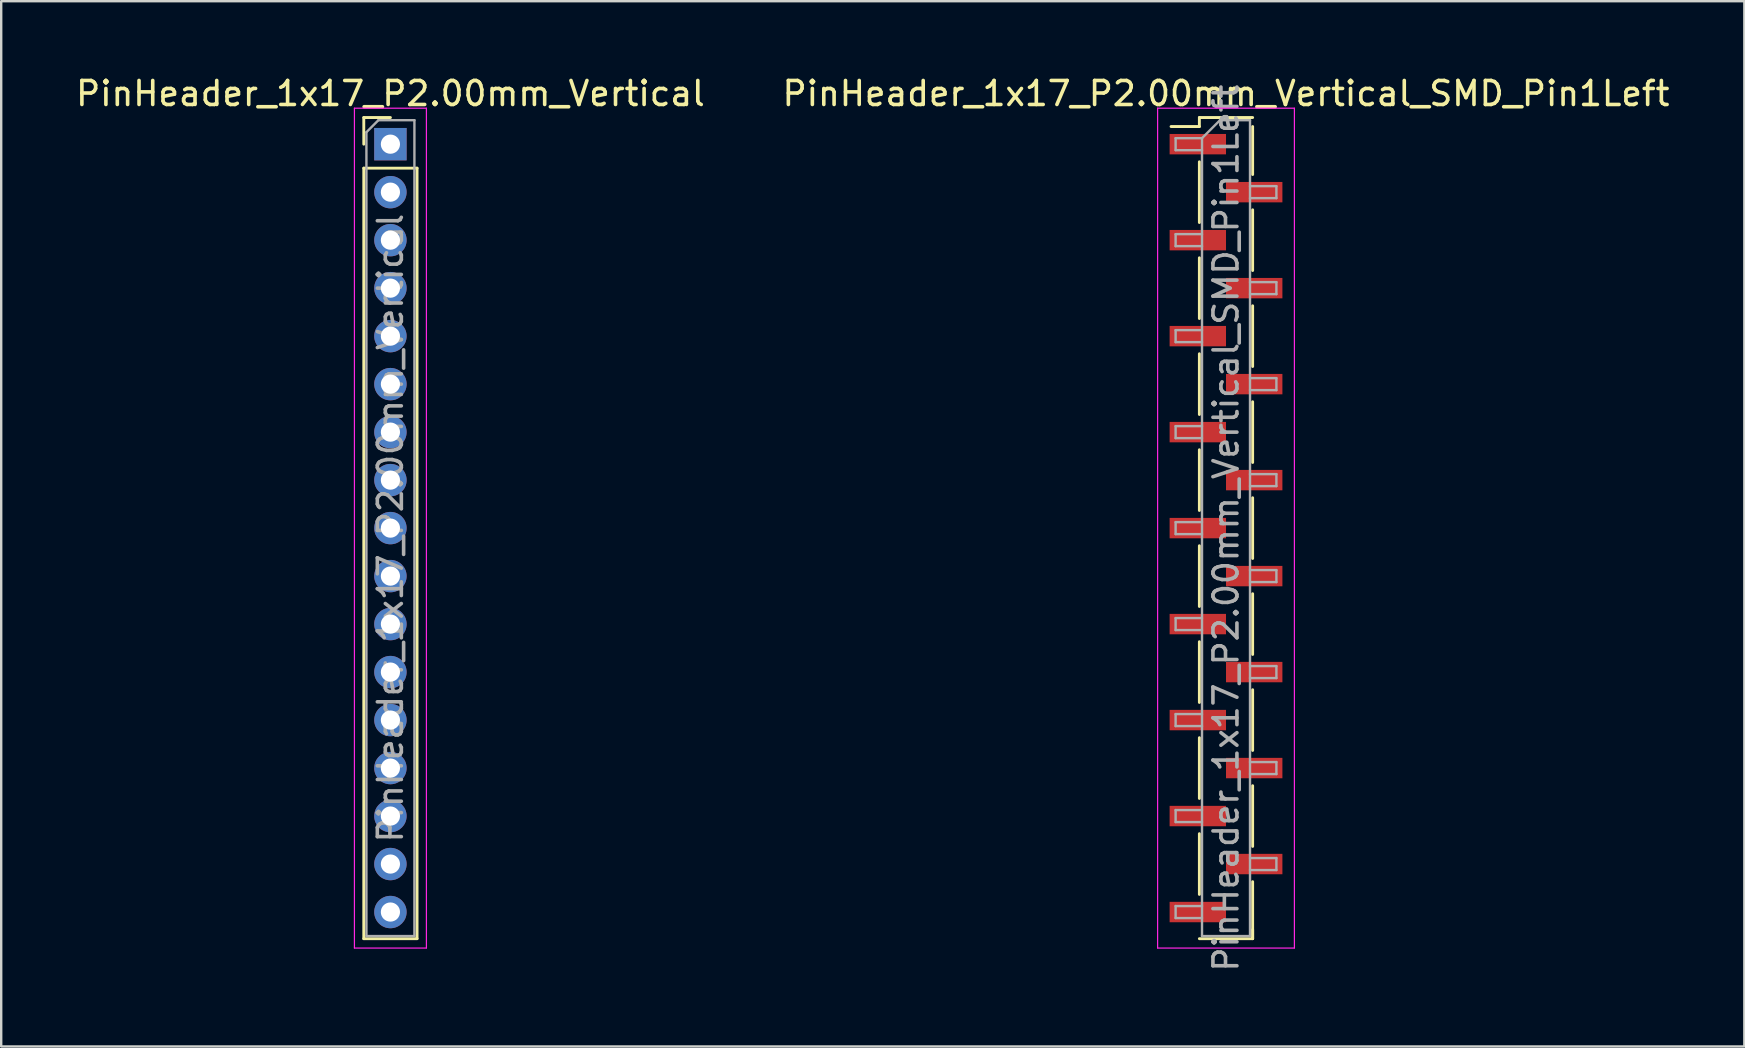
<source format=kicad_pcb>
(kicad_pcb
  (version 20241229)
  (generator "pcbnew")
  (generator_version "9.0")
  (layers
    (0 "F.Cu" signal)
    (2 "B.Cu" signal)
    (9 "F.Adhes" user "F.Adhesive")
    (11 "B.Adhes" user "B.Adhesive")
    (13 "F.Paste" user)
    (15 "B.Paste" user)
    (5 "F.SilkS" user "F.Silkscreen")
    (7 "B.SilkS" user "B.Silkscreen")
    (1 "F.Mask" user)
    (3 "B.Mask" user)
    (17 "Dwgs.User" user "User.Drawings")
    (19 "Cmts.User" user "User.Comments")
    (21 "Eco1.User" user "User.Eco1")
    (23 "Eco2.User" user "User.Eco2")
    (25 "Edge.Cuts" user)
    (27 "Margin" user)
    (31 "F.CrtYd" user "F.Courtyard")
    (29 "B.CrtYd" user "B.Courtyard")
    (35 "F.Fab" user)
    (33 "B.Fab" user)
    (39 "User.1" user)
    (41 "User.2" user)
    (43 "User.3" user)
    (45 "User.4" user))
  (footprint "PinHeader_1x17_P2.00mm_Vertical"
    (layer "F.Cu")
    (at 13.22 2.958)
    (property "Reference" "PinHeader_1x17_P2.00mm_Vertical" (at 0 -2.11 0) (layer "F.SilkS") (effects (font (size 1 1) (thickness 0.15))))
    (attr through_hole)
    (fp_line (start -1.11 -1.11) (end 0 -1.11) (stroke (width 0.12) (type solid)) (layer "F.SilkS"))
    (fp_line (start -1.11 0) (end -1.11 -1.11) (stroke (width 0.12) (type solid)) (layer "F.SilkS"))
    (fp_line (start -1.11 1) (end -1.11 33.11) (stroke (width 0.12) (type solid)) (layer "F.SilkS"))
    (fp_line (start -1.11 1) (end 1.11 1) (stroke (width 0.12) (type solid)) (layer "F.SilkS"))
    (fp_line (start -1.11 33.11) (end 1.11 33.11) (stroke (width 0.12) (type solid)) (layer "F.SilkS"))
    (fp_line (start 1.11 1) (end 1.11 33.11) (stroke (width 0.12) (type solid)) (layer "F.SilkS"))
    (fp_line (start -1.5 -1.5) (end -1.5 33.5) (stroke (width 0.05) (type solid)) (layer "F.CrtYd"))
    (fp_line (start -1.5 33.5) (end 1.5 33.5) (stroke (width 0.05) (type solid)) (layer "F.CrtYd"))
    (fp_line (start 1.5 -1.5) (end -1.5 -1.5) (stroke (width 0.05) (type solid)) (layer "F.CrtYd"))
    (fp_line (start 1.5 33.5) (end 1.5 -1.5) (stroke (width 0.05) (type solid)) (layer "F.CrtYd"))
    (fp_line (start -1 -0.5) (end -0.5 -1) (stroke (width 0.1) (type solid)) (layer "F.Fab"))
    (fp_line (start -1 33) (end -1 -0.5) (stroke (width 0.1) (type solid)) (layer "F.Fab"))
    (fp_line (start -0.5 -1) (end 1 -1) (stroke (width 0.1) (type solid)) (layer "F.Fab"))
    (fp_line (start 1 -1) (end 1 33) (stroke (width 0.1) (type solid)) (layer "F.Fab"))
    (fp_line (start 1 33) (end -1 33) (stroke (width 0.1) (type solid)) (layer "F.Fab"))
    (fp_text user "${REFERENCE}" (at 0 16 90) (layer "F.Fab") (effects (font (size 1 1) (thickness 0.15))))
    (pad "1" thru_hole rect (at 0 0) (size 1.35 1.35) (drill 0.8) (layers "*.Cu" "*.Mask"))
    (pad "2" thru_hole circle (at 0 2) (size 1.35 1.35) (drill 0.8) (layers "*.Cu" "*.Mask"))
    (pad "3" thru_hole circle (at 0 4) (size 1.35 1.35) (drill 0.8) (layers "*.Cu" "*.Mask"))
    (pad "4" thru_hole circle (at 0 6) (size 1.35 1.35) (drill 0.8) (layers "*.Cu" "*.Mask"))
    (pad "5" thru_hole circle (at 0 8) (size 1.35 1.35) (drill 0.8) (layers "*.Cu" "*.Mask"))
    (pad "6" thru_hole circle (at 0 10) (size 1.35 1.35) (drill 0.8) (layers "*.Cu" "*.Mask"))
    (pad "7" thru_hole circle (at 0 12) (size 1.35 1.35) (drill 0.8) (layers "*.Cu" "*.Mask"))
    (pad "8" thru_hole circle (at 0 14) (size 1.35 1.35) (drill 0.8) (layers "*.Cu" "*.Mask"))
    (pad "9" thru_hole circle (at 0 16) (size 1.35 1.35) (drill 0.8) (layers "*.Cu" "*.Mask"))
    (pad "10" thru_hole circle (at 0 18) (size 1.35 1.35) (drill 0.8) (layers "*.Cu" "*.Mask"))
    (pad "11" thru_hole circle (at 0 20) (size 1.35 1.35) (drill 0.8) (layers "*.Cu" "*.Mask"))
    (pad "12" thru_hole circle (at 0 22) (size 1.35 1.35) (drill 0.8) (layers "*.Cu" "*.Mask"))
    (pad "13" thru_hole circle (at 0 24) (size 1.35 1.35) (drill 0.8) (layers "*.Cu" "*.Mask"))
    (pad "14" thru_hole circle (at 0 26) (size 1.35 1.35) (drill 0.8) (layers "*.Cu" "*.Mask"))
    (pad "15" thru_hole circle (at 0 28) (size 1.35 1.35) (drill 0.8) (layers "*.Cu" "*.Mask"))
    (pad "16" thru_hole circle (at 0 30) (size 1.35 1.35) (drill 0.8) (layers "*.Cu" "*.Mask"))
    (pad "17" thru_hole circle (at 0 32) (size 1.35 1.35) (drill 0.8) (layers "*.Cu" "*.Mask")))
  (footprint "PinHeader_1x17_P2.00mm_Vertical_SMD_Pin1Left"
    (layer "F.Cu")
    (at 48.042 18.958)
    (property "Reference" "PinHeader_1x17_P2.00mm_Vertical_SMD_Pin1Left" (at 0 -18.11 0) (layer "F.SilkS") (effects (font (size 1 1) (thickness 0.15))))
    (attr smd)
    (fp_line (start -1.11 -17.11) (end -1.11 -16.735) (stroke (width 0.12) (type solid)) (layer "F.SilkS"))
    (fp_line (start -1.11 -17.11) (end 1.11 -17.11) (stroke (width 0.12) (type solid)) (layer "F.SilkS"))
    (fp_line (start -1.11 -16.735) (end -2.29 -16.735) (stroke (width 0.12) (type solid)) (layer "F.SilkS"))
    (fp_line (start -1.11 -15.265) (end -1.11 -12.735) (stroke (width 0.12) (type solid)) (layer "F.SilkS"))
    (fp_line (start -1.11 -11.265) (end -1.11 -8.735) (stroke (width 0.12) (type solid)) (layer "F.SilkS"))
    (fp_line (start -1.11 -7.265) (end -1.11 -4.735) (stroke (width 0.12) (type solid)) (layer "F.SilkS"))
    (fp_line (start -1.11 -3.265) (end -1.11 -0.735) (stroke (width 0.12) (type solid)) (layer "F.SilkS"))
    (fp_line (start -1.11 0.735) (end -1.11 3.265) (stroke (width 0.12) (type solid)) (layer "F.SilkS"))
    (fp_line (start -1.11 4.735) (end -1.11 7.265) (stroke (width 0.12) (type solid)) (layer "F.SilkS"))
    (fp_line (start -1.11 8.735) (end -1.11 11.265) (stroke (width 0.12) (type solid)) (layer "F.SilkS"))
    (fp_line (start -1.11 12.735) (end -1.11 15.265) (stroke (width 0.12) (type solid)) (layer "F.SilkS"))
    (fp_line (start -1.11 17.11) (end 1.11 17.11) (stroke (width 0.12) (type solid)) (layer "F.SilkS"))
    (fp_line (start 1.11 -16.735) (end 1.11 -14.735) (stroke (width 0.12) (type solid)) (layer "F.SilkS"))
    (fp_line (start 1.11 -13.265) (end 1.11 -10.735) (stroke (width 0.12) (type solid)) (layer "F.SilkS"))
    (fp_line (start 1.11 -9.265) (end 1.11 -6.735) (stroke (width 0.12) (type solid)) (layer "F.SilkS"))
    (fp_line (start 1.11 -5.265) (end 1.11 -2.735) (stroke (width 0.12) (type solid)) (layer "F.SilkS"))
    (fp_line (start 1.11 -1.265) (end 1.11 1.265) (stroke (width 0.12) (type solid)) (layer "F.SilkS"))
    (fp_line (start 1.11 2.735) (end 1.11 5.265) (stroke (width 0.12) (type solid)) (layer "F.SilkS"))
    (fp_line (start 1.11 6.735) (end 1.11 9.265) (stroke (width 0.12) (type solid)) (layer "F.SilkS"))
    (fp_line (start 1.11 10.735) (end 1.11 13.265) (stroke (width 0.12) (type solid)) (layer "F.SilkS"))
    (fp_line (start 1.11 14.735) (end 1.11 17.11) (stroke (width 0.12) (type solid)) (layer "F.SilkS"))
    (fp_line (start 1.11 16.735) (end 1.11 17.11) (stroke (width 0.12) (type solid)) (layer "F.SilkS"))
    (fp_line (start -2.85 -17.5) (end -2.85 17.5) (stroke (width 0.05) (type solid)) (layer "F.CrtYd"))
    (fp_line (start -2.85 17.5) (end 2.85 17.5) (stroke (width 0.05) (type solid)) (layer "F.CrtYd"))
    (fp_line (start 2.85 -17.5) (end -2.85 -17.5) (stroke (width 0.05) (type solid)) (layer "F.CrtYd"))
    (fp_line (start 2.85 17.5) (end 2.85 -17.5) (stroke (width 0.05) (type solid)) (layer "F.CrtYd"))
    (fp_line (start -2.1 -16.25) (end -2.1 -15.75) (stroke (width 0.1) (type solid)) (layer "F.Fab"))
    (fp_line (start -2.1 -15.75) (end -1 -15.75) (stroke (width 0.1) (type solid)) (layer "F.Fab"))
    (fp_line (start -2.1 -12.25) (end -2.1 -11.75) (stroke (width 0.1) (type solid)) (layer "F.Fab"))
    (fp_line (start -2.1 -11.75) (end -1 -11.75) (stroke (width 0.1) (type solid)) (layer "F.Fab"))
    (fp_line (start -2.1 -8.25) (end -2.1 -7.75) (stroke (width 0.1) (type solid)) (layer "F.Fab"))
    (fp_line (start -2.1 -7.75) (end -1 -7.75) (stroke (width 0.1) (type solid)) (layer "F.Fab"))
    (fp_line (start -2.1 -4.25) (end -2.1 -3.75) (stroke (width 0.1) (type solid)) (layer "F.Fab"))
    (fp_line (start -2.1 -3.75) (end -1 -3.75) (stroke (width 0.1) (type solid)) (layer "F.Fab"))
    (fp_line (start -2.1 -0.25) (end -2.1 0.25) (stroke (width 0.1) (type solid)) (layer "F.Fab"))
    (fp_line (start -2.1 0.25) (end -1 0.25) (stroke (width 0.1) (type solid)) (layer "F.Fab"))
    (fp_line (start -2.1 3.75) (end -2.1 4.25) (stroke (width 0.1) (type solid)) (layer "F.Fab"))
    (fp_line (start -2.1 4.25) (end -1 4.25) (stroke (width 0.1) (type solid)) (layer "F.Fab"))
    (fp_line (start -2.1 7.75) (end -2.1 8.25) (stroke (width 0.1) (type solid)) (layer "F.Fab"))
    (fp_line (start -2.1 8.25) (end -1 8.25) (stroke (width 0.1) (type solid)) (layer "F.Fab"))
    (fp_line (start -2.1 11.75) (end -2.1 12.25) (stroke (width 0.1) (type solid)) (layer "F.Fab"))
    (fp_line (start -2.1 12.25) (end -1 12.25) (stroke (width 0.1) (type solid)) (layer "F.Fab"))
    (fp_line (start -2.1 15.75) (end -2.1 16.25) (stroke (width 0.1) (type solid)) (layer "F.Fab"))
    (fp_line (start -2.1 16.25) (end -1 16.25) (stroke (width 0.1) (type solid)) (layer "F.Fab"))
    (fp_line (start -1 -16.25) (end -2.1 -16.25) (stroke (width 0.1) (type solid)) (layer "F.Fab"))
    (fp_line (start -1 -16.25) (end -0.25 -17) (stroke (width 0.1) (type solid)) (layer "F.Fab"))
    (fp_line (start -1 -12.25) (end -2.1 -12.25) (stroke (width 0.1) (type solid)) (layer "F.Fab"))
    (fp_line (start -1 -8.25) (end -2.1 -8.25) (stroke (width 0.1) (type solid)) (layer "F.Fab"))
    (fp_line (start -1 -4.25) (end -2.1 -4.25) (stroke (width 0.1) (type solid)) (layer "F.Fab"))
    (fp_line (start -1 -0.25) (end -2.1 -0.25) (stroke (width 0.1) (type solid)) (layer "F.Fab"))
    (fp_line (start -1 3.75) (end -2.1 3.75) (stroke (width 0.1) (type solid)) (layer "F.Fab"))
    (fp_line (start -1 7.75) (end -2.1 7.75) (stroke (width 0.1) (type solid)) (layer "F.Fab"))
    (fp_line (start -1 11.75) (end -2.1 11.75) (stroke (width 0.1) (type solid)) (layer "F.Fab"))
    (fp_line (start -1 15.75) (end -2.1 15.75) (stroke (width 0.1) (type solid)) (layer "F.Fab"))
    (fp_line (start -1 17) (end -1 -16.25) (stroke (width 0.1) (type solid)) (layer "F.Fab"))
    (fp_line (start -0.25 -17) (end 1 -17) (stroke (width 0.1) (type solid)) (layer "F.Fab"))
    (fp_line (start 1 -17) (end 1 17) (stroke (width 0.1) (type solid)) (layer "F.Fab"))
    (fp_line (start 1 -14.25) (end 2.1 -14.25) (stroke (width 0.1) (type solid)) (layer "F.Fab"))
    (fp_line (start 1 -10.25) (end 2.1 -10.25) (stroke (width 0.1) (type solid)) (layer "F.Fab"))
    (fp_line (start 1 -6.25) (end 2.1 -6.25) (stroke (width 0.1) (type solid)) (layer "F.Fab"))
    (fp_line (start 1 -2.25) (end 2.1 -2.25) (stroke (width 0.1) (type solid)) (layer "F.Fab"))
    (fp_line (start 1 1.75) (end 2.1 1.75) (stroke (width 0.1) (type solid)) (layer "F.Fab"))
    (fp_line (start 1 5.75) (end 2.1 5.75) (stroke (width 0.1) (type solid)) (layer "F.Fab"))
    (fp_line (start 1 9.75) (end 2.1 9.75) (stroke (width 0.1) (type solid)) (layer "F.Fab"))
    (fp_line (start 1 13.75) (end 2.1 13.75) (stroke (width 0.1) (type solid)) (layer "F.Fab"))
    (fp_line (start 1 17) (end -1 17) (stroke (width 0.1) (type solid)) (layer "F.Fab"))
    (fp_line (start 2.1 -14.25) (end 2.1 -13.75) (stroke (width 0.1) (type solid)) (layer "F.Fab"))
    (fp_line (start 2.1 -13.75) (end 1 -13.75) (stroke (width 0.1) (type solid)) (layer "F.Fab"))
    (fp_line (start 2.1 -10.25) (end 2.1 -9.75) (stroke (width 0.1) (type solid)) (layer "F.Fab"))
    (fp_line (start 2.1 -9.75) (end 1 -9.75) (stroke (width 0.1) (type solid)) (layer "F.Fab"))
    (fp_line (start 2.1 -6.25) (end 2.1 -5.75) (stroke (width 0.1) (type solid)) (layer "F.Fab"))
    (fp_line (start 2.1 -5.75) (end 1 -5.75) (stroke (width 0.1) (type solid)) (layer "F.Fab"))
    (fp_line (start 2.1 -2.25) (end 2.1 -1.75) (stroke (width 0.1) (type solid)) (layer "F.Fab"))
    (fp_line (start 2.1 -1.75) (end 1 -1.75) (stroke (width 0.1) (type solid)) (layer "F.Fab"))
    (fp_line (start 2.1 1.75) (end 2.1 2.25) (stroke (width 0.1) (type solid)) (layer "F.Fab"))
    (fp_line (start 2.1 2.25) (end 1 2.25) (stroke (width 0.1) (type solid)) (layer "F.Fab"))
    (fp_line (start 2.1 5.75) (end 2.1 6.25) (stroke (width 0.1) (type solid)) (layer "F.Fab"))
    (fp_line (start 2.1 6.25) (end 1 6.25) (stroke (width 0.1) (type solid)) (layer "F.Fab"))
    (fp_line (start 2.1 9.75) (end 2.1 10.25) (stroke (width 0.1) (type solid)) (layer "F.Fab"))
    (fp_line (start 2.1 10.25) (end 1 10.25) (stroke (width 0.1) (type solid)) (layer "F.Fab"))
    (fp_line (start 2.1 13.75) (end 2.1 14.25) (stroke (width 0.1) (type solid)) (layer "F.Fab"))
    (fp_line (start 2.1 14.25) (end 1 14.25) (stroke (width 0.1) (type solid)) (layer "F.Fab"))
    (fp_text user "${REFERENCE}" (at 0 0 90) (layer "F.Fab") (effects (font (size 1 1) (thickness 0.15))))
    (pad "1" smd rect (at -1.175 -16) (size 2.35 0.85) (layers "F.Cu" "F.Mask" "F.Paste"))
    (pad "2" smd rect (at 1.175 -14) (size 2.35 0.85) (layers "F.Cu" "F.Mask" "F.Paste"))
    (pad "3" smd rect (at -1.175 -12) (size 2.35 0.85) (layers "F.Cu" "F.Mask" "F.Paste"))
    (pad "4" smd rect (at 1.175 -10) (size 2.35 0.85) (layers "F.Cu" "F.Mask" "F.Paste"))
    (pad "5" smd rect (at -1.175 -8) (size 2.35 0.85) (layers "F.Cu" "F.Mask" "F.Paste"))
    (pad "6" smd rect (at 1.175 -6) (size 2.35 0.85) (layers "F.Cu" "F.Mask" "F.Paste"))
    (pad "7" smd rect (at -1.175 -4) (size 2.35 0.85) (layers "F.Cu" "F.Mask" "F.Paste"))
    (pad "8" smd rect (at 1.175 -2) (size 2.35 0.85) (layers "F.Cu" "F.Mask" "F.Paste"))
    (pad "9" smd rect (at -1.175 0) (size 2.35 0.85) (layers "F.Cu" "F.Mask" "F.Paste"))
    (pad "10" smd rect (at 1.175 2) (size 2.35 0.85) (layers "F.Cu" "F.Mask" "F.Paste"))
    (pad "11" smd rect (at -1.175 4) (size 2.35 0.85) (layers "F.Cu" "F.Mask" "F.Paste"))
    (pad "12" smd rect (at 1.175 6) (size 2.35 0.85) (layers "F.Cu" "F.Mask" "F.Paste"))
    (pad "13" smd rect (at -1.175 8) (size 2.35 0.85) (layers "F.Cu" "F.Mask" "F.Paste"))
    (pad "14" smd rect (at 1.175 10) (size 2.35 0.85) (layers "F.Cu" "F.Mask" "F.Paste"))
    (pad "15" smd rect (at -1.175 12) (size 2.35 0.85) (layers "F.Cu" "F.Mask" "F.Paste"))
    (pad "16" smd rect (at 1.175 14) (size 2.35 0.85) (layers "F.Cu" "F.Mask" "F.Paste"))
    (pad "17" smd rect (at -1.175 16) (size 2.35 0.85) (layers "F.Cu" "F.Mask" "F.Paste")))
  (gr_rect
    (start -3 -3)
    (end 69.643 40.559)
    (stroke (width 0.1) (type default))
    (fill no)
    (layer "Edge.Cuts")))
</source>
